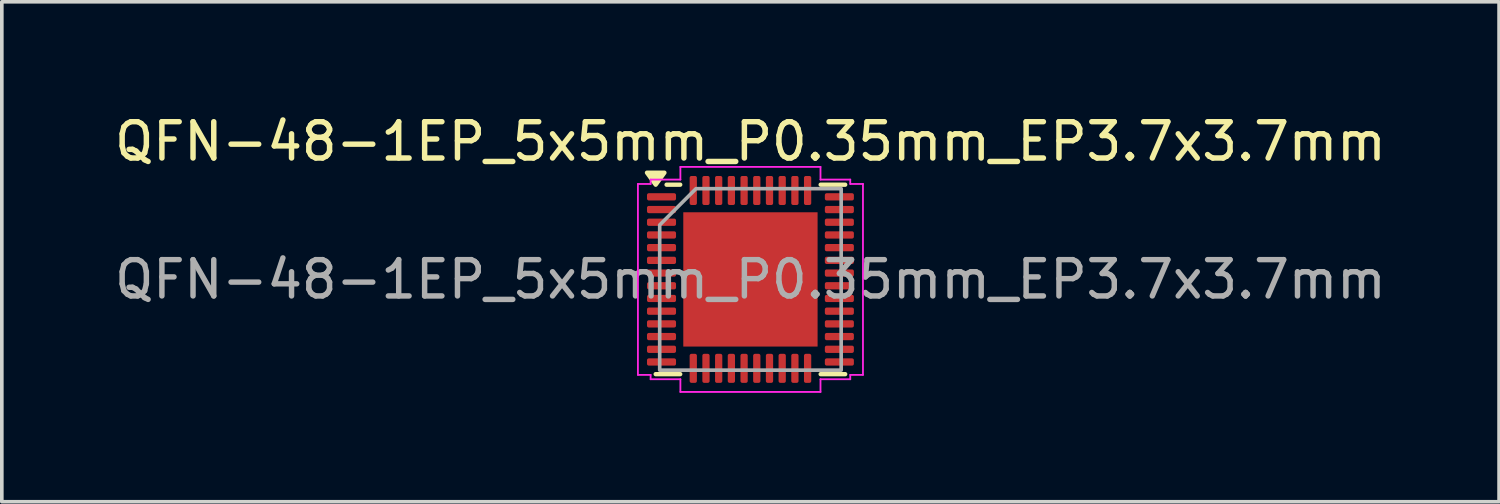
<source format=kicad_pcb>
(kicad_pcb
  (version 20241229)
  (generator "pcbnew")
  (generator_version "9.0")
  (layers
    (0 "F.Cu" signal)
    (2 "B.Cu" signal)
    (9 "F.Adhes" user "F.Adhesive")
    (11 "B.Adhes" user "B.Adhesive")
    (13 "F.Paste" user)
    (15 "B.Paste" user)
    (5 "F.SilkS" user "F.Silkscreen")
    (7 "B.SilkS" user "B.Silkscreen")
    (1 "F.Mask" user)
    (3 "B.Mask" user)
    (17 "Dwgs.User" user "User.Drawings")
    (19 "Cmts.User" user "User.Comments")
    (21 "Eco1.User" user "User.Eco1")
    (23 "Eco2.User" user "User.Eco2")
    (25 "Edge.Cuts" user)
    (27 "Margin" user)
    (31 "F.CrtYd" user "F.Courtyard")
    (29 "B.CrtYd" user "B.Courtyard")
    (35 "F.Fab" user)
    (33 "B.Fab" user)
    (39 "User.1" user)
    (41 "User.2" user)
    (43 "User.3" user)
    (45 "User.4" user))
  (footprint "QFN-48-1EP_5x5mm_P0.35mm_EP3.7x3.7mm"
    (layer "F.Cu")
    (at 17.625 4.648)
    (property "Reference" "QFN-48-1EP_5x5mm_P0.35mm_EP3.7x3.7mm" (at 0 -3.8 0) (layer "F.SilkS") (effects (font (size 1 1) (thickness 0.15))))
    (attr smd)
    (fp_line (start -1.935 -2.61) (end -2.31 -2.61) (stroke (width 0.12) (type solid)) (layer "F.SilkS"))
    (fp_line (start -1.935 2.61) (end -2.61 2.61) (stroke (width 0.12) (type solid)) (layer "F.SilkS"))
    (fp_line (start 1.935 -2.61) (end 2.61 -2.61) (stroke (width 0.12) (type solid)) (layer "F.SilkS"))
    (fp_line (start 1.935 2.61) (end 2.61 2.61) (stroke (width 0.12) (type solid)) (layer "F.SilkS"))
    (fp_poly (pts (xy -2.61 -2.61) (xy -2.85 -2.94) (xy -2.37 -2.94)) (stroke (width 0.12) (type solid)) (fill yes) (layer "F.SilkS"))
    (fp_line (start -3.1 -2.63) (end -2.75 -2.63) (stroke (width 0.05) (type solid)) (layer "F.CrtYd"))
    (fp_line (start -3.1 2.63) (end -3.1 -2.63) (stroke (width 0.05) (type solid)) (layer "F.CrtYd"))
    (fp_line (start -2.75 -2.75) (end -1.93 -2.75) (stroke (width 0.05) (type solid)) (layer "F.CrtYd"))
    (fp_line (start -2.75 -2.63) (end -2.75 -2.75) (stroke (width 0.05) (type solid)) (layer "F.CrtYd"))
    (fp_line (start -2.75 2.63) (end -3.1 2.63) (stroke (width 0.05) (type solid)) (layer "F.CrtYd"))
    (fp_line (start -2.75 2.75) (end -2.75 2.63) (stroke (width 0.05) (type solid)) (layer "F.CrtYd"))
    (fp_line (start -1.93 -3.1) (end 1.93 -3.1) (stroke (width 0.05) (type solid)) (layer "F.CrtYd"))
    (fp_line (start -1.93 -2.75) (end -1.93 -3.1) (stroke (width 0.05) (type solid)) (layer "F.CrtYd"))
    (fp_line (start -1.93 2.75) (end -2.75 2.75) (stroke (width 0.05) (type solid)) (layer "F.CrtYd"))
    (fp_line (start -1.93 3.1) (end -1.93 2.75) (stroke (width 0.05) (type solid)) (layer "F.CrtYd"))
    (fp_line (start 1.93 -3.1) (end 1.93 -2.75) (stroke (width 0.05) (type solid)) (layer "F.CrtYd"))
    (fp_line (start 1.93 -2.75) (end 2.75 -2.75) (stroke (width 0.05) (type solid)) (layer "F.CrtYd"))
    (fp_line (start 1.93 2.75) (end 1.93 3.1) (stroke (width 0.05) (type solid)) (layer "F.CrtYd"))
    (fp_line (start 1.93 3.1) (end -1.93 3.1) (stroke (width 0.05) (type solid)) (layer "F.CrtYd"))
    (fp_line (start 2.75 -2.75) (end 2.75 -2.63) (stroke (width 0.05) (type solid)) (layer "F.CrtYd"))
    (fp_line (start 2.75 -2.63) (end 3.1 -2.63) (stroke (width 0.05) (type solid)) (layer "F.CrtYd"))
    (fp_line (start 2.75 2.63) (end 2.75 2.75) (stroke (width 0.05) (type solid)) (layer "F.CrtYd"))
    (fp_line (start 2.75 2.75) (end 1.93 2.75) (stroke (width 0.05) (type solid)) (layer "F.CrtYd"))
    (fp_line (start 3.1 -2.63) (end 3.1 2.63) (stroke (width 0.05) (type solid)) (layer "F.CrtYd"))
    (fp_line (start 3.1 2.63) (end 2.75 2.63) (stroke (width 0.05) (type solid)) (layer "F.CrtYd"))
    (fp_poly (pts (xy -2.5 -1.5) (xy -2.5 2.5) (xy 2.5 2.5) (xy 2.5 -2.5) (xy -1.5 -2.5)) (stroke (width 0.1) (type solid)) (fill no) (layer "F.Fab"))
    (fp_text user "${REFERENCE}" (at 0 0 0) (layer "F.Fab") (effects (font (size 1 1) (thickness 0.15))))
    (pad "" smd roundrect (at -1.23 -1.23) (size 0.99 0.99) (layers "F.Paste") (roundrect_rratio 0.25))
    (pad "" smd roundrect (at -1.23 0) (size 0.99 0.99) (layers "F.Paste") (roundrect_rratio 0.25))
    (pad "" smd roundrect (at -1.23 1.23) (size 0.99 0.99) (layers "F.Paste") (roundrect_rratio 0.25))
    (pad "" smd roundrect (at 0 -1.23) (size 0.99 0.99) (layers "F.Paste") (roundrect_rratio 0.25))
    (pad "" smd roundrect (at 0 0) (size 0.99 0.99) (layers "F.Paste") (roundrect_rratio 0.25))
    (pad "" smd roundrect (at 0 1.23) (size 0.99 0.99) (layers "F.Paste") (roundrect_rratio 0.25))
    (pad "" smd roundrect (at 1.23 -1.23) (size 0.99 0.99) (layers "F.Paste") (roundrect_rratio 0.25))
    (pad "" smd roundrect (at 1.23 0) (size 0.99 0.99) (layers "F.Paste") (roundrect_rratio 0.25))
    (pad "" smd roundrect (at 1.23 1.23) (size 0.99 0.99) (layers "F.Paste") (roundrect_rratio 0.25))
    (pad "1" smd roundrect (at -2.45 -2.275) (size 0.8 0.2) (layers "F.Cu" "F.Mask" "F.Paste") (roundrect_rratio 0.25))
    (pad "2" smd roundrect (at -2.45 -1.925) (size 0.8 0.2) (layers "F.Cu" "F.Mask" "F.Paste") (roundrect_rratio 0.25))
    (pad "3" smd roundrect (at -2.45 -1.575) (size 0.8 0.2) (layers "F.Cu" "F.Mask" "F.Paste") (roundrect_rratio 0.25))
    (pad "4" smd roundrect (at -2.45 -1.225) (size 0.8 0.2) (layers "F.Cu" "F.Mask" "F.Paste") (roundrect_rratio 0.25))
    (pad "5" smd roundrect (at -2.45 -0.875) (size 0.8 0.2) (layers "F.Cu" "F.Mask" "F.Paste") (roundrect_rratio 0.25))
    (pad "6" smd roundrect (at -2.45 -0.525) (size 0.8 0.2) (layers "F.Cu" "F.Mask" "F.Paste") (roundrect_rratio 0.25))
    (pad "7" smd roundrect (at -2.45 -0.175) (size 0.8 0.2) (layers "F.Cu" "F.Mask" "F.Paste") (roundrect_rratio 0.25))
    (pad "8" smd roundrect (at -2.45 0.175) (size 0.8 0.2) (layers "F.Cu" "F.Mask" "F.Paste") (roundrect_rratio 0.25))
    (pad "9" smd roundrect (at -2.45 0.525) (size 0.8 0.2) (layers "F.Cu" "F.Mask" "F.Paste") (roundrect_rratio 0.25))
    (pad "10" smd roundrect (at -2.45 0.875) (size 0.8 0.2) (layers "F.Cu" "F.Mask" "F.Paste") (roundrect_rratio 0.25))
    (pad "11" smd roundrect (at -2.45 1.225) (size 0.8 0.2) (layers "F.Cu" "F.Mask" "F.Paste") (roundrect_rratio 0.25))
    (pad "12" smd roundrect (at -2.45 1.575) (size 0.8 0.2) (layers "F.Cu" "F.Mask" "F.Paste") (roundrect_rratio 0.25))
    (pad "13" smd roundrect (at -2.45 1.925) (size 0.8 0.2) (layers "F.Cu" "F.Mask" "F.Paste") (roundrect_rratio 0.25))
    (pad "14" smd roundrect (at -2.45 2.275) (size 0.8 0.2) (layers "F.Cu" "F.Mask" "F.Paste") (roundrect_rratio 0.25))
    (pad "15" smd roundrect (at -1.575 2.45) (size 0.2 0.8) (layers "F.Cu" "F.Mask" "F.Paste") (roundrect_rratio 0.25))
    (pad "16" smd roundrect (at -1.225 2.45) (size 0.2 0.8) (layers "F.Cu" "F.Mask" "F.Paste") (roundrect_rratio 0.25))
    (pad "17" smd roundrect (at -0.875 2.45) (size 0.2 0.8) (layers "F.Cu" "F.Mask" "F.Paste") (roundrect_rratio 0.25))
    (pad "18" smd roundrect (at -0.525 2.45) (size 0.2 0.8) (layers "F.Cu" "F.Mask" "F.Paste") (roundrect_rratio 0.25))
    (pad "19" smd roundrect (at -0.175 2.45) (size 0.2 0.8) (layers "F.Cu" "F.Mask" "F.Paste") (roundrect_rratio 0.25))
    (pad "20" smd roundrect (at 0.175 2.45) (size 0.2 0.8) (layers "F.Cu" "F.Mask" "F.Paste") (roundrect_rratio 0.25))
    (pad "21" smd roundrect (at 0.525 2.45) (size 0.2 0.8) (layers "F.Cu" "F.Mask" "F.Paste") (roundrect_rratio 0.25))
    (pad "22" smd roundrect (at 0.875 2.45) (size 0.2 0.8) (layers "F.Cu" "F.Mask" "F.Paste") (roundrect_rratio 0.25))
    (pad "23" smd roundrect (at 1.225 2.45) (size 0.2 0.8) (layers "F.Cu" "F.Mask" "F.Paste") (roundrect_rratio 0.25))
    (pad "24" smd roundrect (at 1.575 2.45) (size 0.2 0.8) (layers "F.Cu" "F.Mask" "F.Paste") (roundrect_rratio 0.25))
    (pad "25" smd roundrect (at 2.45 2.275) (size 0.8 0.2) (layers "F.Cu" "F.Mask" "F.Paste") (roundrect_rratio 0.25))
    (pad "26" smd roundrect (at 2.45 1.925) (size 0.8 0.2) (layers "F.Cu" "F.Mask" "F.Paste") (roundrect_rratio 0.25))
    (pad "27" smd roundrect (at 2.45 1.575) (size 0.8 0.2) (layers "F.Cu" "F.Mask" "F.Paste") (roundrect_rratio 0.25))
    (pad "28" smd roundrect (at 2.45 1.225) (size 0.8 0.2) (layers "F.Cu" "F.Mask" "F.Paste") (roundrect_rratio 0.25))
    (pad "29" smd roundrect (at 2.45 0.875) (size 0.8 0.2) (layers "F.Cu" "F.Mask" "F.Paste") (roundrect_rratio 0.25))
    (pad "30" smd roundrect (at 2.45 0.525) (size 0.8 0.2) (layers "F.Cu" "F.Mask" "F.Paste") (roundrect_rratio 0.25))
    (pad "31" smd roundrect (at 2.45 0.175) (size 0.8 0.2) (layers "F.Cu" "F.Mask" "F.Paste") (roundrect_rratio 0.25))
    (pad "32" smd roundrect (at 2.45 -0.175) (size 0.8 0.2) (layers "F.Cu" "F.Mask" "F.Paste") (roundrect_rratio 0.25))
    (pad "33" smd roundrect (at 2.45 -0.525) (size 0.8 0.2) (layers "F.Cu" "F.Mask" "F.Paste") (roundrect_rratio 0.25))
    (pad "34" smd roundrect (at 2.45 -0.875) (size 0.8 0.2) (layers "F.Cu" "F.Mask" "F.Paste") (roundrect_rratio 0.25))
    (pad "35" smd roundrect (at 2.45 -1.225) (size 0.8 0.2) (layers "F.Cu" "F.Mask" "F.Paste") (roundrect_rratio 0.25))
    (pad "36" smd roundrect (at 2.45 -1.575) (size 0.8 0.2) (layers "F.Cu" "F.Mask" "F.Paste") (roundrect_rratio 0.25))
    (pad "37" smd roundrect (at 2.45 -1.925) (size 0.8 0.2) (layers "F.Cu" "F.Mask" "F.Paste") (roundrect_rratio 0.25))
    (pad "38" smd roundrect (at 2.45 -2.275) (size 0.8 0.2) (layers "F.Cu" "F.Mask" "F.Paste") (roundrect_rratio 0.25))
    (pad "39" smd roundrect (at 1.575 -2.45) (size 0.2 0.8) (layers "F.Cu" "F.Mask" "F.Paste") (roundrect_rratio 0.25))
    (pad "40" smd roundrect (at 1.225 -2.45) (size 0.2 0.8) (layers "F.Cu" "F.Mask" "F.Paste") (roundrect_rratio 0.25))
    (pad "41" smd roundrect (at 0.875 -2.45) (size 0.2 0.8) (layers "F.Cu" "F.Mask" "F.Paste") (roundrect_rratio 0.25))
    (pad "42" smd roundrect (at 0.525 -2.45) (size 0.2 0.8) (layers "F.Cu" "F.Mask" "F.Paste") (roundrect_rratio 0.25))
    (pad "43" smd roundrect (at 0.175 -2.45) (size 0.2 0.8) (layers "F.Cu" "F.Mask" "F.Paste") (roundrect_rratio 0.25))
    (pad "44" smd roundrect (at -0.175 -2.45) (size 0.2 0.8) (layers "F.Cu" "F.Mask" "F.Paste") (roundrect_rratio 0.25))
    (pad "45" smd roundrect (at -0.525 -2.45) (size 0.2 0.8) (layers "F.Cu" "F.Mask" "F.Paste") (roundrect_rratio 0.25))
    (pad "46" smd roundrect (at -0.875 -2.45) (size 0.2 0.8) (layers "F.Cu" "F.Mask" "F.Paste") (roundrect_rratio 0.25))
    (pad "47" smd roundrect (at -1.225 -2.45) (size 0.2 0.8) (layers "F.Cu" "F.Mask" "F.Paste") (roundrect_rratio 0.25))
    (pad "48" smd roundrect (at -1.575 -2.45) (size 0.2 0.8) (layers "F.Cu" "F.Mask" "F.Paste") (roundrect_rratio 0.25))
    (pad "49" smd rect (at 0 0) (size 3.7 3.7) (property pad_prop_heatsink) (layers "F.Cu" "F.Mask")))
  (gr_rect
    (start -3 -3)
    (end 38.25 10.773)
    (stroke (width 0.1) (type default))
    (fill no)
    (layer "Edge.Cuts")))
</source>
